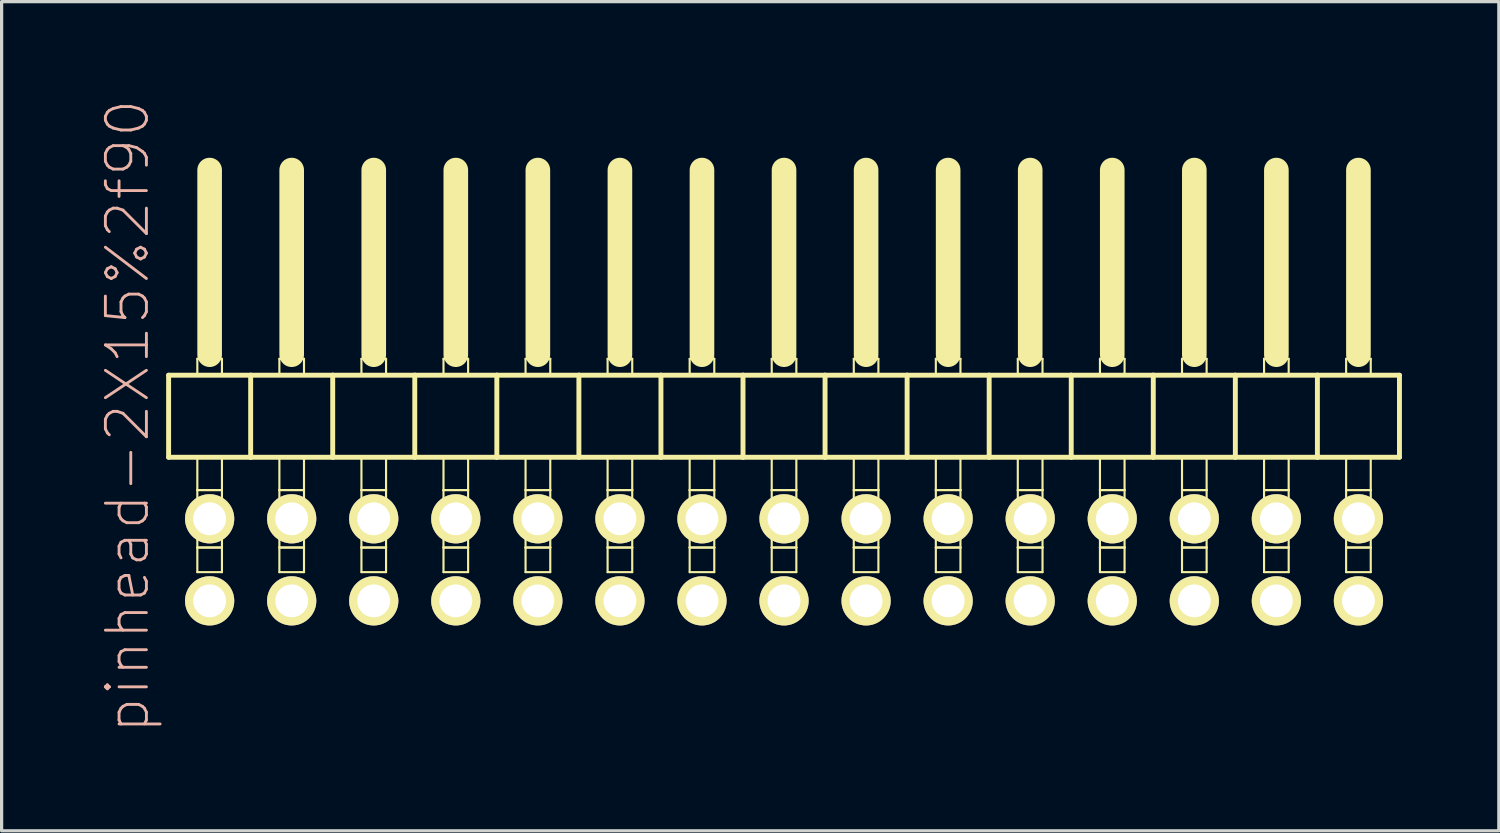
<source format=kicad_pcb>
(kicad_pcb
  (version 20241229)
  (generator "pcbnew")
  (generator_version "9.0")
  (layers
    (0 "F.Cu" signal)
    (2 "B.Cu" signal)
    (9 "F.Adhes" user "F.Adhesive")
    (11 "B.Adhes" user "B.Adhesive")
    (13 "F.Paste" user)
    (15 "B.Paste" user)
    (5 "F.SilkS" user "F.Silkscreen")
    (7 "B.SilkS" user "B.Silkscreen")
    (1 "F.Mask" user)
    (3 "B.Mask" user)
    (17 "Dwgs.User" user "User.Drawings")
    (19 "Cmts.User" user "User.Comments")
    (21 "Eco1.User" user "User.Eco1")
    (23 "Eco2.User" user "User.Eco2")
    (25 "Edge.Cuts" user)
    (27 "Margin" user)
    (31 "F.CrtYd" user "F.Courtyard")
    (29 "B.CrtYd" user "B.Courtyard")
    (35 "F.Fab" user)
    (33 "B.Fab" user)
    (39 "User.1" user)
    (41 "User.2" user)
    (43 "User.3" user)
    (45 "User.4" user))
  (footprint "pinhead-2X15%2f90"
    (layer "F.Cu")
    (at 21.219 9.199)
    (property "Reference" "pinhead-2X15%2f90" (at -20.32 0.635 90) (layer "B.SilkS") (effects (font (size 1.27 1.27) (thickness 0.089))))
    (attr exclude_from_pos_files exclude_from_bom)
    (fp_line (start -19.05 -0.635) (end -19.05 1.905) (stroke (width 0.152) (type solid)) (layer "F.SilkS"))
    (fp_line (start -19.05 1.905) (end -16.51 1.905) (stroke (width 0.152) (type solid)) (layer "F.SilkS"))
    (fp_line (start -18.161 -1.143) (end -17.399 -1.143) (stroke (width 0.066) (type solid)) (layer "F.SilkS"))
    (fp_line (start -18.161 -0.635) (end -18.161 -1.143) (stroke (width 0.066) (type solid)) (layer "F.SilkS"))
    (fp_line (start -18.161 -0.635) (end -17.399 -0.635) (stroke (width 0.066) (type solid)) (layer "F.SilkS"))
    (fp_line (start -18.161 1.905) (end -17.399 1.905) (stroke (width 0.066) (type solid)) (layer "F.SilkS"))
    (fp_line (start -18.161 2.921) (end -18.161 1.905) (stroke (width 0.066) (type solid)) (layer "F.SilkS"))
    (fp_line (start -18.161 2.921) (end -17.399 2.921) (stroke (width 0.066) (type solid)) (layer "F.SilkS"))
    (fp_line (start -18.161 2.921) (end -17.399 2.921) (stroke (width 0.066) (type solid)) (layer "F.SilkS"))
    (fp_line (start -18.161 4.699) (end -18.161 2.921) (stroke (width 0.066) (type solid)) (layer "F.SilkS"))
    (fp_line (start -18.161 4.699) (end -17.399 4.699) (stroke (width 0.066) (type solid)) (layer "F.SilkS"))
    (fp_line (start -18.161 4.699) (end -17.399 4.699) (stroke (width 0.066) (type solid)) (layer "F.SilkS"))
    (fp_line (start -18.161 5.461) (end -18.161 4.699) (stroke (width 0.066) (type solid)) (layer "F.SilkS"))
    (fp_line (start -18.161 5.461) (end -17.399 5.461) (stroke (width 0.066) (type solid)) (layer "F.SilkS"))
    (fp_line (start -17.78 -6.985) (end -17.78 -1.27) (stroke (width 0.762) (type solid)) (layer "F.SilkS"))
    (fp_line (start -17.399 -0.635) (end -17.399 -1.143) (stroke (width 0.066) (type solid)) (layer "F.SilkS"))
    (fp_line (start -17.399 2.921) (end -17.399 1.905) (stroke (width 0.066) (type solid)) (layer "F.SilkS"))
    (fp_line (start -17.399 4.699) (end -17.399 2.921) (stroke (width 0.066) (type solid)) (layer "F.SilkS"))
    (fp_line (start -17.399 5.461) (end -17.399 4.699) (stroke (width 0.066) (type solid)) (layer "F.SilkS"))
    (fp_line (start -16.51 -0.635) (end -19.05 -0.635) (stroke (width 0.152) (type solid)) (layer "F.SilkS"))
    (fp_line (start -16.51 1.905) (end -16.51 -0.635) (stroke (width 0.152) (type solid)) (layer "F.SilkS"))
    (fp_line (start -16.51 1.905) (end -13.97 1.905) (stroke (width 0.152) (type solid)) (layer "F.SilkS"))
    (fp_line (start -15.621 -1.143) (end -14.859 -1.143) (stroke (width 0.066) (type solid)) (layer "F.SilkS"))
    (fp_line (start -15.621 -0.635) (end -15.621 -1.143) (stroke (width 0.066) (type solid)) (layer "F.SilkS"))
    (fp_line (start -15.621 -0.635) (end -14.859 -0.635) (stroke (width 0.066) (type solid)) (layer "F.SilkS"))
    (fp_line (start -15.621 1.905) (end -14.859 1.905) (stroke (width 0.066) (type solid)) (layer "F.SilkS"))
    (fp_line (start -15.621 2.921) (end -15.621 1.905) (stroke (width 0.066) (type solid)) (layer "F.SilkS"))
    (fp_line (start -15.621 2.921) (end -14.859 2.921) (stroke (width 0.066) (type solid)) (layer "F.SilkS"))
    (fp_line (start -15.621 2.921) (end -14.859 2.921) (stroke (width 0.066) (type solid)) (layer "F.SilkS"))
    (fp_line (start -15.621 4.699) (end -15.621 2.921) (stroke (width 0.066) (type solid)) (layer "F.SilkS"))
    (fp_line (start -15.621 4.699) (end -14.859 4.699) (stroke (width 0.066) (type solid)) (layer "F.SilkS"))
    (fp_line (start -15.621 4.699) (end -14.859 4.699) (stroke (width 0.066) (type solid)) (layer "F.SilkS"))
    (fp_line (start -15.621 5.461) (end -15.621 4.699) (stroke (width 0.066) (type solid)) (layer "F.SilkS"))
    (fp_line (start -15.621 5.461) (end -14.859 5.461) (stroke (width 0.066) (type solid)) (layer "F.SilkS"))
    (fp_line (start -15.24 -6.985) (end -15.24 -1.27) (stroke (width 0.762) (type solid)) (layer "F.SilkS"))
    (fp_line (start -14.859 -0.635) (end -14.859 -1.143) (stroke (width 0.066) (type solid)) (layer "F.SilkS"))
    (fp_line (start -14.859 2.921) (end -14.859 1.905) (stroke (width 0.066) (type solid)) (layer "F.SilkS"))
    (fp_line (start -14.859 4.699) (end -14.859 2.921) (stroke (width 0.066) (type solid)) (layer "F.SilkS"))
    (fp_line (start -14.859 5.461) (end -14.859 4.699) (stroke (width 0.066) (type solid)) (layer "F.SilkS"))
    (fp_line (start -13.97 -0.635) (end -16.51 -0.635) (stroke (width 0.152) (type solid)) (layer "F.SilkS"))
    (fp_line (start -13.97 1.905) (end -13.97 -0.635) (stroke (width 0.152) (type solid)) (layer "F.SilkS"))
    (fp_line (start -13.97 1.905) (end -11.43 1.905) (stroke (width 0.152) (type solid)) (layer "F.SilkS"))
    (fp_line (start -13.081 -1.143) (end -12.319 -1.143) (stroke (width 0.066) (type solid)) (layer "F.SilkS"))
    (fp_line (start -13.081 -0.635) (end -13.081 -1.143) (stroke (width 0.066) (type solid)) (layer "F.SilkS"))
    (fp_line (start -13.081 -0.635) (end -12.319 -0.635) (stroke (width 0.066) (type solid)) (layer "F.SilkS"))
    (fp_line (start -13.081 1.905) (end -12.319 1.905) (stroke (width 0.066) (type solid)) (layer "F.SilkS"))
    (fp_line (start -13.081 2.921) (end -13.081 1.905) (stroke (width 0.066) (type solid)) (layer "F.SilkS"))
    (fp_line (start -13.081 2.921) (end -12.319 2.921) (stroke (width 0.066) (type solid)) (layer "F.SilkS"))
    (fp_line (start -13.081 2.921) (end -12.319 2.921) (stroke (width 0.066) (type solid)) (layer "F.SilkS"))
    (fp_line (start -13.081 4.699) (end -13.081 2.921) (stroke (width 0.066) (type solid)) (layer "F.SilkS"))
    (fp_line (start -13.081 4.699) (end -12.319 4.699) (stroke (width 0.066) (type solid)) (layer "F.SilkS"))
    (fp_line (start -13.081 4.699) (end -12.319 4.699) (stroke (width 0.066) (type solid)) (layer "F.SilkS"))
    (fp_line (start -13.081 5.461) (end -13.081 4.699) (stroke (width 0.066) (type solid)) (layer "F.SilkS"))
    (fp_line (start -13.081 5.461) (end -12.319 5.461) (stroke (width 0.066) (type solid)) (layer "F.SilkS"))
    (fp_line (start -12.7 -6.985) (end -12.7 -1.27) (stroke (width 0.762) (type solid)) (layer "F.SilkS"))
    (fp_line (start -12.319 -0.635) (end -12.319 -1.143) (stroke (width 0.066) (type solid)) (layer "F.SilkS"))
    (fp_line (start -12.319 2.921) (end -12.319 1.905) (stroke (width 0.066) (type solid)) (layer "F.SilkS"))
    (fp_line (start -12.319 4.699) (end -12.319 2.921) (stroke (width 0.066) (type solid)) (layer "F.SilkS"))
    (fp_line (start -12.319 5.461) (end -12.319 4.699) (stroke (width 0.066) (type solid)) (layer "F.SilkS"))
    (fp_line (start -11.43 -0.635) (end -13.97 -0.635) (stroke (width 0.152) (type solid)) (layer "F.SilkS"))
    (fp_line (start -11.43 1.905) (end -11.43 -0.635) (stroke (width 0.152) (type solid)) (layer "F.SilkS"))
    (fp_line (start -11.43 1.905) (end -8.89 1.905) (stroke (width 0.152) (type solid)) (layer "F.SilkS"))
    (fp_line (start -10.541 -1.143) (end -9.779 -1.143) (stroke (width 0.066) (type solid)) (layer "F.SilkS"))
    (fp_line (start -10.541 -0.635) (end -10.541 -1.143) (stroke (width 0.066) (type solid)) (layer "F.SilkS"))
    (fp_line (start -10.541 -0.635) (end -9.779 -0.635) (stroke (width 0.066) (type solid)) (layer "F.SilkS"))
    (fp_line (start -10.541 1.905) (end -9.779 1.905) (stroke (width 0.066) (type solid)) (layer "F.SilkS"))
    (fp_line (start -10.541 2.921) (end -10.541 1.905) (stroke (width 0.066) (type solid)) (layer "F.SilkS"))
    (fp_line (start -10.541 2.921) (end -9.779 2.921) (stroke (width 0.066) (type solid)) (layer "F.SilkS"))
    (fp_line (start -10.541 2.921) (end -9.779 2.921) (stroke (width 0.066) (type solid)) (layer "F.SilkS"))
    (fp_line (start -10.541 4.699) (end -10.541 2.921) (stroke (width 0.066) (type solid)) (layer "F.SilkS"))
    (fp_line (start -10.541 4.699) (end -9.779 4.699) (stroke (width 0.066) (type solid)) (layer "F.SilkS"))
    (fp_line (start -10.541 4.699) (end -9.779 4.699) (stroke (width 0.066) (type solid)) (layer "F.SilkS"))
    (fp_line (start -10.541 5.461) (end -10.541 4.699) (stroke (width 0.066) (type solid)) (layer "F.SilkS"))
    (fp_line (start -10.541 5.461) (end -9.779 5.461) (stroke (width 0.066) (type solid)) (layer "F.SilkS"))
    (fp_line (start -10.16 -6.985) (end -10.16 -1.27) (stroke (width 0.762) (type solid)) (layer "F.SilkS"))
    (fp_line (start -9.779 -0.635) (end -9.779 -1.143) (stroke (width 0.066) (type solid)) (layer "F.SilkS"))
    (fp_line (start -9.779 2.921) (end -9.779 1.905) (stroke (width 0.066) (type solid)) (layer "F.SilkS"))
    (fp_line (start -9.779 4.699) (end -9.779 2.921) (stroke (width 0.066) (type solid)) (layer "F.SilkS"))
    (fp_line (start -9.779 5.461) (end -9.779 4.699) (stroke (width 0.066) (type solid)) (layer "F.SilkS"))
    (fp_line (start -8.89 -0.635) (end -11.43 -0.635) (stroke (width 0.152) (type solid)) (layer "F.SilkS"))
    (fp_line (start -8.89 1.905) (end -8.89 -0.635) (stroke (width 0.152) (type solid)) (layer "F.SilkS"))
    (fp_line (start -8.89 1.905) (end -6.35 1.905) (stroke (width 0.152) (type solid)) (layer "F.SilkS"))
    (fp_line (start -8.001 -1.143) (end -7.236 -1.143) (stroke (width 0.066) (type solid)) (layer "F.SilkS"))
    (fp_line (start -8.001 -0.635) (end -8.001 -1.143) (stroke (width 0.066) (type solid)) (layer "F.SilkS"))
    (fp_line (start -8.001 -0.635) (end -7.236 -0.635) (stroke (width 0.066) (type solid)) (layer "F.SilkS"))
    (fp_line (start -8.001 1.905) (end -7.236 1.905) (stroke (width 0.066) (type solid)) (layer "F.SilkS"))
    (fp_line (start -8.001 2.921) (end -8.001 1.905) (stroke (width 0.066) (type solid)) (layer "F.SilkS"))
    (fp_line (start -8.001 2.921) (end -7.236 2.921) (stroke (width 0.066) (type solid)) (layer "F.SilkS"))
    (fp_line (start -8.001 2.921) (end -7.236 2.921) (stroke (width 0.066) (type solid)) (layer "F.SilkS"))
    (fp_line (start -8.001 4.699) (end -8.001 2.921) (stroke (width 0.066) (type solid)) (layer "F.SilkS"))
    (fp_line (start -8.001 4.699) (end -7.236 4.699) (stroke (width 0.066) (type solid)) (layer "F.SilkS"))
    (fp_line (start -8.001 4.699) (end -7.236 4.699) (stroke (width 0.066) (type solid)) (layer "F.SilkS"))
    (fp_line (start -8.001 5.461) (end -8.001 4.699) (stroke (width 0.066) (type solid)) (layer "F.SilkS"))
    (fp_line (start -8.001 5.461) (end -7.236 5.461) (stroke (width 0.066) (type solid)) (layer "F.SilkS"))
    (fp_line (start -7.62 -6.985) (end -7.62 -1.27) (stroke (width 0.762) (type solid)) (layer "F.SilkS"))
    (fp_line (start -7.236 -0.635) (end -7.236 -1.143) (stroke (width 0.066) (type solid)) (layer "F.SilkS"))
    (fp_line (start -7.236 2.921) (end -7.236 1.905) (stroke (width 0.066) (type solid)) (layer "F.SilkS"))
    (fp_line (start -7.236 4.699) (end -7.236 2.921) (stroke (width 0.066) (type solid)) (layer "F.SilkS"))
    (fp_line (start -7.236 5.461) (end -7.236 4.699) (stroke (width 0.066) (type solid)) (layer "F.SilkS"))
    (fp_line (start -6.35 -0.635) (end -8.89 -0.635) (stroke (width 0.152) (type solid)) (layer "F.SilkS"))
    (fp_line (start -6.35 1.905) (end -6.35 -0.635) (stroke (width 0.152) (type solid)) (layer "F.SilkS"))
    (fp_line (start -6.35 1.905) (end -3.81 1.905) (stroke (width 0.152) (type solid)) (layer "F.SilkS"))
    (fp_line (start -5.461 -1.143) (end -4.699 -1.143) (stroke (width 0.066) (type solid)) (layer "F.SilkS"))
    (fp_line (start -5.461 -0.635) (end -5.461 -1.143) (stroke (width 0.066) (type solid)) (layer "F.SilkS"))
    (fp_line (start -5.461 -0.635) (end -4.699 -0.635) (stroke (width 0.066) (type solid)) (layer "F.SilkS"))
    (fp_line (start -5.461 1.905) (end -4.699 1.905) (stroke (width 0.066) (type solid)) (layer "F.SilkS"))
    (fp_line (start -5.461 2.921) (end -5.461 1.905) (stroke (width 0.066) (type solid)) (layer "F.SilkS"))
    (fp_line (start -5.461 2.921) (end -4.699 2.921) (stroke (width 0.066) (type solid)) (layer "F.SilkS"))
    (fp_line (start -5.461 2.921) (end -4.699 2.921) (stroke (width 0.066) (type solid)) (layer "F.SilkS"))
    (fp_line (start -5.461 4.699) (end -5.461 2.921) (stroke (width 0.066) (type solid)) (layer "F.SilkS"))
    (fp_line (start -5.461 4.699) (end -4.699 4.699) (stroke (width 0.066) (type solid)) (layer "F.SilkS"))
    (fp_line (start -5.461 4.699) (end -4.699 4.699) (stroke (width 0.066) (type solid)) (layer "F.SilkS"))
    (fp_line (start -5.461 5.461) (end -5.461 4.699) (stroke (width 0.066) (type solid)) (layer "F.SilkS"))
    (fp_line (start -5.461 5.461) (end -4.699 5.461) (stroke (width 0.066) (type solid)) (layer "F.SilkS"))
    (fp_line (start -5.08 -6.985) (end -5.08 -1.27) (stroke (width 0.762) (type solid)) (layer "F.SilkS"))
    (fp_line (start -4.699 -0.635) (end -4.699 -1.143) (stroke (width 0.066) (type solid)) (layer "F.SilkS"))
    (fp_line (start -4.699 2.921) (end -4.699 1.905) (stroke (width 0.066) (type solid)) (layer "F.SilkS"))
    (fp_line (start -4.699 4.699) (end -4.699 2.921) (stroke (width 0.066) (type solid)) (layer "F.SilkS"))
    (fp_line (start -4.699 5.461) (end -4.699 4.699) (stroke (width 0.066) (type solid)) (layer "F.SilkS"))
    (fp_line (start -3.81 -0.635) (end -6.35 -0.635) (stroke (width 0.152) (type solid)) (layer "F.SilkS"))
    (fp_line (start -3.81 1.905) (end -3.81 -0.635) (stroke (width 0.152) (type solid)) (layer "F.SilkS"))
    (fp_line (start -3.81 1.905) (end -1.27 1.905) (stroke (width 0.152) (type solid)) (layer "F.SilkS"))
    (fp_line (start -2.921 -1.143) (end -2.159 -1.143) (stroke (width 0.066) (type solid)) (layer "F.SilkS"))
    (fp_line (start -2.921 -0.635) (end -2.921 -1.143) (stroke (width 0.066) (type solid)) (layer "F.SilkS"))
    (fp_line (start -2.921 -0.635) (end -2.159 -0.635) (stroke (width 0.066) (type solid)) (layer "F.SilkS"))
    (fp_line (start -2.921 1.905) (end -2.159 1.905) (stroke (width 0.066) (type solid)) (layer "F.SilkS"))
    (fp_line (start -2.921 2.921) (end -2.921 1.905) (stroke (width 0.066) (type solid)) (layer "F.SilkS"))
    (fp_line (start -2.921 2.921) (end -2.159 2.921) (stroke (width 0.066) (type solid)) (layer "F.SilkS"))
    (fp_line (start -2.921 2.921) (end -2.159 2.921) (stroke (width 0.066) (type solid)) (layer "F.SilkS"))
    (fp_line (start -2.921 4.699) (end -2.921 2.921) (stroke (width 0.066) (type solid)) (layer "F.SilkS"))
    (fp_line (start -2.921 4.699) (end -2.159 4.699) (stroke (width 0.066) (type solid)) (layer "F.SilkS"))
    (fp_line (start -2.921 4.699) (end -2.159 4.699) (stroke (width 0.066) (type solid)) (layer "F.SilkS"))
    (fp_line (start -2.921 5.461) (end -2.921 4.699) (stroke (width 0.066) (type solid)) (layer "F.SilkS"))
    (fp_line (start -2.921 5.461) (end -2.159 5.461) (stroke (width 0.066) (type solid)) (layer "F.SilkS"))
    (fp_line (start -2.54 -6.985) (end -2.54 -1.27) (stroke (width 0.762) (type solid)) (layer "F.SilkS"))
    (fp_line (start -2.159 -0.635) (end -2.159 -1.143) (stroke (width 0.066) (type solid)) (layer "F.SilkS"))
    (fp_line (start -2.159 2.921) (end -2.159 1.905) (stroke (width 0.066) (type solid)) (layer "F.SilkS"))
    (fp_line (start -2.159 4.699) (end -2.159 2.921) (stroke (width 0.066) (type solid)) (layer "F.SilkS"))
    (fp_line (start -2.159 5.461) (end -2.159 4.699) (stroke (width 0.066) (type solid)) (layer "F.SilkS"))
    (fp_line (start -1.27 -0.635) (end -3.81 -0.635) (stroke (width 0.152) (type solid)) (layer "F.SilkS"))
    (fp_line (start -1.27 1.905) (end -1.27 -0.635) (stroke (width 0.152) (type solid)) (layer "F.SilkS"))
    (fp_line (start -1.27 1.905) (end 1.27 1.905) (stroke (width 0.152) (type solid)) (layer "F.SilkS"))
    (fp_line (start -0.381 -1.143) (end 0.381 -1.143) (stroke (width 0.066) (type solid)) (layer "F.SilkS"))
    (fp_line (start -0.381 -0.635) (end -0.381 -1.143) (stroke (width 0.066) (type solid)) (layer "F.SilkS"))
    (fp_line (start -0.381 -0.635) (end 0.381 -0.635) (stroke (width 0.066) (type solid)) (layer "F.SilkS"))
    (fp_line (start -0.381 1.905) (end 0.381 1.905) (stroke (width 0.066) (type solid)) (layer "F.SilkS"))
    (fp_line (start -0.381 2.921) (end -0.381 1.905) (stroke (width 0.066) (type solid)) (layer "F.SilkS"))
    (fp_line (start -0.381 2.921) (end 0.381 2.921) (stroke (width 0.066) (type solid)) (layer "F.SilkS"))
    (fp_line (start -0.381 2.921) (end 0.381 2.921) (stroke (width 0.066) (type solid)) (layer "F.SilkS"))
    (fp_line (start -0.381 4.699) (end -0.381 2.921) (stroke (width 0.066) (type solid)) (layer "F.SilkS"))
    (fp_line (start -0.381 4.699) (end 0.381 4.699) (stroke (width 0.066) (type solid)) (layer "F.SilkS"))
    (fp_line (start -0.381 4.699) (end 0.381 4.699) (stroke (width 0.066) (type solid)) (layer "F.SilkS"))
    (fp_line (start -0.381 5.461) (end -0.381 4.699) (stroke (width 0.066) (type solid)) (layer "F.SilkS"))
    (fp_line (start -0.381 5.461) (end 0.381 5.461) (stroke (width 0.066) (type solid)) (layer "F.SilkS"))
    (fp_line (start 0 -6.985) (end 0 -1.27) (stroke (width 0.762) (type solid)) (layer "F.SilkS"))
    (fp_line (start 0.381 -0.635) (end 0.381 -1.143) (stroke (width 0.066) (type solid)) (layer "F.SilkS"))
    (fp_line (start 0.381 2.921) (end 0.381 1.905) (stroke (width 0.066) (type solid)) (layer "F.SilkS"))
    (fp_line (start 0.381 4.699) (end 0.381 2.921) (stroke (width 0.066) (type solid)) (layer "F.SilkS"))
    (fp_line (start 0.381 5.461) (end 0.381 4.699) (stroke (width 0.066) (type solid)) (layer "F.SilkS"))
    (fp_line (start 1.27 -0.635) (end -1.27 -0.635) (stroke (width 0.152) (type solid)) (layer "F.SilkS"))
    (fp_line (start 1.27 1.905) (end 1.27 -0.635) (stroke (width 0.152) (type solid)) (layer "F.SilkS"))
    (fp_line (start 1.27 1.905) (end 3.81 1.905) (stroke (width 0.152) (type solid)) (layer "F.SilkS"))
    (fp_line (start 2.159 -1.143) (end 2.921 -1.143) (stroke (width 0.066) (type solid)) (layer "F.SilkS"))
    (fp_line (start 2.159 -0.635) (end 2.159 -1.143) (stroke (width 0.066) (type solid)) (layer "F.SilkS"))
    (fp_line (start 2.159 -0.635) (end 2.921 -0.635) (stroke (width 0.066) (type solid)) (layer "F.SilkS"))
    (fp_line (start 2.159 1.905) (end 2.921 1.905) (stroke (width 0.066) (type solid)) (layer "F.SilkS"))
    (fp_line (start 2.159 2.921) (end 2.159 1.905) (stroke (width 0.066) (type solid)) (layer "F.SilkS"))
    (fp_line (start 2.159 2.921) (end 2.921 2.921) (stroke (width 0.066) (type solid)) (layer "F.SilkS"))
    (fp_line (start 2.159 2.921) (end 2.921 2.921) (stroke (width 0.066) (type solid)) (layer "F.SilkS"))
    (fp_line (start 2.159 4.699) (end 2.159 2.921) (stroke (width 0.066) (type solid)) (layer "F.SilkS"))
    (fp_line (start 2.159 4.699) (end 2.921 4.699) (stroke (width 0.066) (type solid)) (layer "F.SilkS"))
    (fp_line (start 2.159 4.699) (end 2.921 4.699) (stroke (width 0.066) (type solid)) (layer "F.SilkS"))
    (fp_line (start 2.159 5.461) (end 2.159 4.699) (stroke (width 0.066) (type solid)) (layer "F.SilkS"))
    (fp_line (start 2.159 5.461) (end 2.921 5.461) (stroke (width 0.066) (type solid)) (layer "F.SilkS"))
    (fp_line (start 2.54 -6.985) (end 2.54 -1.27) (stroke (width 0.762) (type solid)) (layer "F.SilkS"))
    (fp_line (start 2.921 -0.635) (end 2.921 -1.143) (stroke (width 0.066) (type solid)) (layer "F.SilkS"))
    (fp_line (start 2.921 2.921) (end 2.921 1.905) (stroke (width 0.066) (type solid)) (layer "F.SilkS"))
    (fp_line (start 2.921 4.699) (end 2.921 2.921) (stroke (width 0.066) (type solid)) (layer "F.SilkS"))
    (fp_line (start 2.921 5.461) (end 2.921 4.699) (stroke (width 0.066) (type solid)) (layer "F.SilkS"))
    (fp_line (start 3.81 -0.635) (end 1.27 -0.635) (stroke (width 0.152) (type solid)) (layer "F.SilkS"))
    (fp_line (start 3.81 1.905) (end 3.81 -0.635) (stroke (width 0.152) (type solid)) (layer "F.SilkS"))
    (fp_line (start 3.81 1.905) (end 6.35 1.905) (stroke (width 0.152) (type solid)) (layer "F.SilkS"))
    (fp_line (start 4.699 -1.143) (end 5.461 -1.143) (stroke (width 0.066) (type solid)) (layer "F.SilkS"))
    (fp_line (start 4.699 -0.635) (end 4.699 -1.143) (stroke (width 0.066) (type solid)) (layer "F.SilkS"))
    (fp_line (start 4.699 -0.635) (end 5.461 -0.635) (stroke (width 0.066) (type solid)) (layer "F.SilkS"))
    (fp_line (start 4.699 1.905) (end 5.461 1.905) (stroke (width 0.066) (type solid)) (layer "F.SilkS"))
    (fp_line (start 4.699 2.921) (end 4.699 1.905) (stroke (width 0.066) (type solid)) (layer "F.SilkS"))
    (fp_line (start 4.699 2.921) (end 5.461 2.921) (stroke (width 0.066) (type solid)) (layer "F.SilkS"))
    (fp_line (start 4.699 2.921) (end 5.461 2.921) (stroke (width 0.066) (type solid)) (layer "F.SilkS"))
    (fp_line (start 4.699 4.699) (end 4.699 2.921) (stroke (width 0.066) (type solid)) (layer "F.SilkS"))
    (fp_line (start 4.699 4.699) (end 5.461 4.699) (stroke (width 0.066) (type solid)) (layer "F.SilkS"))
    (fp_line (start 4.699 4.699) (end 5.461 4.699) (stroke (width 0.066) (type solid)) (layer "F.SilkS"))
    (fp_line (start 4.699 5.461) (end 4.699 4.699) (stroke (width 0.066) (type solid)) (layer "F.SilkS"))
    (fp_line (start 4.699 5.461) (end 5.461 5.461) (stroke (width 0.066) (type solid)) (layer "F.SilkS"))
    (fp_line (start 5.08 -6.985) (end 5.08 -1.27) (stroke (width 0.762) (type solid)) (layer "F.SilkS"))
    (fp_line (start 5.461 -0.635) (end 5.461 -1.143) (stroke (width 0.066) (type solid)) (layer "F.SilkS"))
    (fp_line (start 5.461 2.921) (end 5.461 1.905) (stroke (width 0.066) (type solid)) (layer "F.SilkS"))
    (fp_line (start 5.461 4.699) (end 5.461 2.921) (stroke (width 0.066) (type solid)) (layer "F.SilkS"))
    (fp_line (start 5.461 5.461) (end 5.461 4.699) (stroke (width 0.066) (type solid)) (layer "F.SilkS"))
    (fp_line (start 6.35 -0.635) (end 3.81 -0.635) (stroke (width 0.152) (type solid)) (layer "F.SilkS"))
    (fp_line (start 6.35 1.905) (end 6.35 -0.635) (stroke (width 0.152) (type solid)) (layer "F.SilkS"))
    (fp_line (start 6.35 1.905) (end 8.89 1.905) (stroke (width 0.152) (type solid)) (layer "F.SilkS"))
    (fp_line (start 7.236 -1.143) (end 8.001 -1.143) (stroke (width 0.066) (type solid)) (layer "F.SilkS"))
    (fp_line (start 7.236 -0.635) (end 7.236 -1.143) (stroke (width 0.066) (type solid)) (layer "F.SilkS"))
    (fp_line (start 7.236 -0.635) (end 8.001 -0.635) (stroke (width 0.066) (type solid)) (layer "F.SilkS"))
    (fp_line (start 7.236 1.905) (end 8.001 1.905) (stroke (width 0.066) (type solid)) (layer "F.SilkS"))
    (fp_line (start 7.236 2.921) (end 7.236 1.905) (stroke (width 0.066) (type solid)) (layer "F.SilkS"))
    (fp_line (start 7.236 2.921) (end 8.001 2.921) (stroke (width 0.066) (type solid)) (layer "F.SilkS"))
    (fp_line (start 7.236 2.921) (end 8.001 2.921) (stroke (width 0.066) (type solid)) (layer "F.SilkS"))
    (fp_line (start 7.236 4.699) (end 7.236 2.921) (stroke (width 0.066) (type solid)) (layer "F.SilkS"))
    (fp_line (start 7.236 4.699) (end 8.001 4.699) (stroke (width 0.066) (type solid)) (layer "F.SilkS"))
    (fp_line (start 7.236 4.699) (end 8.001 4.699) (stroke (width 0.066) (type solid)) (layer "F.SilkS"))
    (fp_line (start 7.236 5.461) (end 7.236 4.699) (stroke (width 0.066) (type solid)) (layer "F.SilkS"))
    (fp_line (start 7.236 5.461) (end 8.001 5.461) (stroke (width 0.066) (type solid)) (layer "F.SilkS"))
    (fp_line (start 7.62 -6.985) (end 7.62 -1.27) (stroke (width 0.762) (type solid)) (layer "F.SilkS"))
    (fp_line (start 8.001 -0.635) (end 8.001 -1.143) (stroke (width 0.066) (type solid)) (layer "F.SilkS"))
    (fp_line (start 8.001 2.921) (end 8.001 1.905) (stroke (width 0.066) (type solid)) (layer "F.SilkS"))
    (fp_line (start 8.001 4.699) (end 8.001 2.921) (stroke (width 0.066) (type solid)) (layer "F.SilkS"))
    (fp_line (start 8.001 5.461) (end 8.001 4.699) (stroke (width 0.066) (type solid)) (layer "F.SilkS"))
    (fp_line (start 8.89 -0.635) (end 6.35 -0.635) (stroke (width 0.152) (type solid)) (layer "F.SilkS"))
    (fp_line (start 8.89 1.905) (end 8.89 -0.635) (stroke (width 0.152) (type solid)) (layer "F.SilkS"))
    (fp_line (start 8.89 1.905) (end 11.43 1.905) (stroke (width 0.152) (type solid)) (layer "F.SilkS"))
    (fp_line (start 9.779 -1.143) (end 10.541 -1.143) (stroke (width 0.066) (type solid)) (layer "F.SilkS"))
    (fp_line (start 9.779 -0.635) (end 9.779 -1.143) (stroke (width 0.066) (type solid)) (layer "F.SilkS"))
    (fp_line (start 9.779 -0.635) (end 10.541 -0.635) (stroke (width 0.066) (type solid)) (layer "F.SilkS"))
    (fp_line (start 9.779 1.905) (end 10.541 1.905) (stroke (width 0.066) (type solid)) (layer "F.SilkS"))
    (fp_line (start 9.779 2.921) (end 9.779 1.905) (stroke (width 0.066) (type solid)) (layer "F.SilkS"))
    (fp_line (start 9.779 2.921) (end 10.541 2.921) (stroke (width 0.066) (type solid)) (layer "F.SilkS"))
    (fp_line (start 9.779 2.921) (end 10.541 2.921) (stroke (width 0.066) (type solid)) (layer "F.SilkS"))
    (fp_line (start 9.779 4.699) (end 9.779 2.921) (stroke (width 0.066) (type solid)) (layer "F.SilkS"))
    (fp_line (start 9.779 4.699) (end 10.541 4.699) (stroke (width 0.066) (type solid)) (layer "F.SilkS"))
    (fp_line (start 9.779 4.699) (end 10.541 4.699) (stroke (width 0.066) (type solid)) (layer "F.SilkS"))
    (fp_line (start 9.779 5.461) (end 9.779 4.699) (stroke (width 0.066) (type solid)) (layer "F.SilkS"))
    (fp_line (start 9.779 5.461) (end 10.541 5.461) (stroke (width 0.066) (type solid)) (layer "F.SilkS"))
    (fp_line (start 10.16 -6.985) (end 10.16 -1.27) (stroke (width 0.762) (type solid)) (layer "F.SilkS"))
    (fp_line (start 10.541 -0.635) (end 10.541 -1.143) (stroke (width 0.066) (type solid)) (layer "F.SilkS"))
    (fp_line (start 10.541 2.921) (end 10.541 1.905) (stroke (width 0.066) (type solid)) (layer "F.SilkS"))
    (fp_line (start 10.541 4.699) (end 10.541 2.921) (stroke (width 0.066) (type solid)) (layer "F.SilkS"))
    (fp_line (start 10.541 5.461) (end 10.541 4.699) (stroke (width 0.066) (type solid)) (layer "F.SilkS"))
    (fp_line (start 11.43 -0.635) (end 8.89 -0.635) (stroke (width 0.152) (type solid)) (layer "F.SilkS"))
    (fp_line (start 11.43 1.905) (end 11.43 -0.635) (stroke (width 0.152) (type solid)) (layer "F.SilkS"))
    (fp_line (start 11.43 1.905) (end 13.97 1.905) (stroke (width 0.152) (type solid)) (layer "F.SilkS"))
    (fp_line (start 12.319 -1.143) (end 13.081 -1.143) (stroke (width 0.066) (type solid)) (layer "F.SilkS"))
    (fp_line (start 12.319 -0.635) (end 12.319 -1.143) (stroke (width 0.066) (type solid)) (layer "F.SilkS"))
    (fp_line (start 12.319 -0.635) (end 13.081 -0.635) (stroke (width 0.066) (type solid)) (layer "F.SilkS"))
    (fp_line (start 12.319 1.905) (end 13.081 1.905) (stroke (width 0.066) (type solid)) (layer "F.SilkS"))
    (fp_line (start 12.319 2.921) (end 12.319 1.905) (stroke (width 0.066) (type solid)) (layer "F.SilkS"))
    (fp_line (start 12.319 2.921) (end 13.081 2.921) (stroke (width 0.066) (type solid)) (layer "F.SilkS"))
    (fp_line (start 12.319 2.921) (end 13.081 2.921) (stroke (width 0.066) (type solid)) (layer "F.SilkS"))
    (fp_line (start 12.319 4.699) (end 12.319 2.921) (stroke (width 0.066) (type solid)) (layer "F.SilkS"))
    (fp_line (start 12.319 4.699) (end 13.081 4.699) (stroke (width 0.066) (type solid)) (layer "F.SilkS"))
    (fp_line (start 12.319 4.699) (end 13.081 4.699) (stroke (width 0.066) (type solid)) (layer "F.SilkS"))
    (fp_line (start 12.319 5.461) (end 12.319 4.699) (stroke (width 0.066) (type solid)) (layer "F.SilkS"))
    (fp_line (start 12.319 5.461) (end 13.081 5.461) (stroke (width 0.066) (type solid)) (layer "F.SilkS"))
    (fp_line (start 12.7 -6.985) (end 12.7 -1.27) (stroke (width 0.762) (type solid)) (layer "F.SilkS"))
    (fp_line (start 13.081 -0.635) (end 13.081 -1.143) (stroke (width 0.066) (type solid)) (layer "F.SilkS"))
    (fp_line (start 13.081 2.921) (end 13.081 1.905) (stroke (width 0.066) (type solid)) (layer "F.SilkS"))
    (fp_line (start 13.081 4.699) (end 13.081 2.921) (stroke (width 0.066) (type solid)) (layer "F.SilkS"))
    (fp_line (start 13.081 5.461) (end 13.081 4.699) (stroke (width 0.066) (type solid)) (layer "F.SilkS"))
    (fp_line (start 13.97 -0.635) (end 11.43 -0.635) (stroke (width 0.152) (type solid)) (layer "F.SilkS"))
    (fp_line (start 13.97 1.905) (end 13.97 -0.635) (stroke (width 0.152) (type solid)) (layer "F.SilkS"))
    (fp_line (start 13.97 1.905) (end 16.51 1.905) (stroke (width 0.152) (type solid)) (layer "F.SilkS"))
    (fp_line (start 14.859 -1.143) (end 15.621 -1.143) (stroke (width 0.066) (type solid)) (layer "F.SilkS"))
    (fp_line (start 14.859 -0.635) (end 14.859 -1.143) (stroke (width 0.066) (type solid)) (layer "F.SilkS"))
    (fp_line (start 14.859 -0.635) (end 15.621 -0.635) (stroke (width 0.066) (type solid)) (layer "F.SilkS"))
    (fp_line (start 14.859 1.905) (end 15.621 1.905) (stroke (width 0.066) (type solid)) (layer "F.SilkS"))
    (fp_line (start 14.859 2.921) (end 14.859 1.905) (stroke (width 0.066) (type solid)) (layer "F.SilkS"))
    (fp_line (start 14.859 2.921) (end 15.621 2.921) (stroke (width 0.066) (type solid)) (layer "F.SilkS"))
    (fp_line (start 14.859 2.921) (end 15.621 2.921) (stroke (width 0.066) (type solid)) (layer "F.SilkS"))
    (fp_line (start 14.859 4.699) (end 14.859 2.921) (stroke (width 0.066) (type solid)) (layer "F.SilkS"))
    (fp_line (start 14.859 4.699) (end 15.621 4.699) (stroke (width 0.066) (type solid)) (layer "F.SilkS"))
    (fp_line (start 14.859 4.699) (end 15.621 4.699) (stroke (width 0.066) (type solid)) (layer "F.SilkS"))
    (fp_line (start 14.859 5.461) (end 14.859 4.699) (stroke (width 0.066) (type solid)) (layer "F.SilkS"))
    (fp_line (start 14.859 5.461) (end 15.621 5.461) (stroke (width 0.066) (type solid)) (layer "F.SilkS"))
    (fp_line (start 15.24 -6.985) (end 15.24 -1.27) (stroke (width 0.762) (type solid)) (layer "F.SilkS"))
    (fp_line (start 15.621 -0.635) (end 15.621 -1.143) (stroke (width 0.066) (type solid)) (layer "F.SilkS"))
    (fp_line (start 15.621 2.921) (end 15.621 1.905) (stroke (width 0.066) (type solid)) (layer "F.SilkS"))
    (fp_line (start 15.621 4.699) (end 15.621 2.921) (stroke (width 0.066) (type solid)) (layer "F.SilkS"))
    (fp_line (start 15.621 5.461) (end 15.621 4.699) (stroke (width 0.066) (type solid)) (layer "F.SilkS"))
    (fp_line (start 16.51 -0.635) (end 13.97 -0.635) (stroke (width 0.152) (type solid)) (layer "F.SilkS"))
    (fp_line (start 16.51 1.905) (end 16.51 -0.635) (stroke (width 0.152) (type solid)) (layer "F.SilkS"))
    (fp_line (start 16.51 1.905) (end 19.05 1.905) (stroke (width 0.152) (type solid)) (layer "F.SilkS"))
    (fp_line (start 17.399 -1.143) (end 18.161 -1.143) (stroke (width 0.066) (type solid)) (layer "F.SilkS"))
    (fp_line (start 17.399 -0.635) (end 17.399 -1.143) (stroke (width 0.066) (type solid)) (layer "F.SilkS"))
    (fp_line (start 17.399 -0.635) (end 18.161 -0.635) (stroke (width 0.066) (type solid)) (layer "F.SilkS"))
    (fp_line (start 17.399 1.905) (end 18.161 1.905) (stroke (width 0.066) (type solid)) (layer "F.SilkS"))
    (fp_line (start 17.399 2.921) (end 17.399 1.905) (stroke (width 0.066) (type solid)) (layer "F.SilkS"))
    (fp_line (start 17.399 2.921) (end 18.161 2.921) (stroke (width 0.066) (type solid)) (layer "F.SilkS"))
    (fp_line (start 17.399 2.921) (end 18.161 2.921) (stroke (width 0.066) (type solid)) (layer "F.SilkS"))
    (fp_line (start 17.399 4.699) (end 17.399 2.921) (stroke (width 0.066) (type solid)) (layer "F.SilkS"))
    (fp_line (start 17.399 4.699) (end 18.161 4.699) (stroke (width 0.066) (type solid)) (layer "F.SilkS"))
    (fp_line (start 17.399 4.699) (end 18.161 4.699) (stroke (width 0.066) (type solid)) (layer "F.SilkS"))
    (fp_line (start 17.399 5.461) (end 17.399 4.699) (stroke (width 0.066) (type solid)) (layer "F.SilkS"))
    (fp_line (start 17.399 5.461) (end 18.161 5.461) (stroke (width 0.066) (type solid)) (layer "F.SilkS"))
    (fp_line (start 17.78 -6.985) (end 17.78 -1.27) (stroke (width 0.762) (type solid)) (layer "F.SilkS"))
    (fp_line (start 18.161 -0.635) (end 18.161 -1.143) (stroke (width 0.066) (type solid)) (layer "F.SilkS"))
    (fp_line (start 18.161 2.921) (end 18.161 1.905) (stroke (width 0.066) (type solid)) (layer "F.SilkS"))
    (fp_line (start 18.161 4.699) (end 18.161 2.921) (stroke (width 0.066) (type solid)) (layer "F.SilkS"))
    (fp_line (start 18.161 5.461) (end 18.161 4.699) (stroke (width 0.066) (type solid)) (layer "F.SilkS"))
    (fp_line (start 19.05 -0.635) (end 16.51 -0.635) (stroke (width 0.152) (type solid)) (layer "F.SilkS"))
    (fp_line (start 19.05 1.905) (end 19.05 -0.635) (stroke (width 0.152) (type solid)) (layer "F.SilkS"))
    (pad "1" thru_hole circle (at -17.78 6.35) (size 1.524 1.524) (drill 1.016) (layers "*.Cu" "F.Mask" "F.SilkS" "F.Paste"))
    (pad "2" thru_hole circle (at -17.78 3.81) (size 1.524 1.524) (drill 1.016) (layers "*.Cu" "F.Mask" "F.SilkS" "F.Paste"))
    (pad "3" thru_hole circle (at -15.24 6.35) (size 1.524 1.524) (drill 1.016) (layers "*.Cu" "F.Mask" "F.SilkS" "F.Paste"))
    (pad "4" thru_hole circle (at -15.24 3.81) (size 1.524 1.524) (drill 1.016) (layers "*.Cu" "F.Mask" "F.SilkS" "F.Paste"))
    (pad "5" thru_hole circle (at -12.7 6.35) (size 1.524 1.524) (drill 1.016) (layers "*.Cu" "F.Mask" "F.SilkS" "F.Paste"))
    (pad "6" thru_hole circle (at -12.7 3.81) (size 1.524 1.524) (drill 1.016) (layers "*.Cu" "F.Mask" "F.SilkS" "F.Paste"))
    (pad "7" thru_hole circle (at -10.16 6.35) (size 1.524 1.524) (drill 1.016) (layers "*.Cu" "F.Mask" "F.SilkS" "F.Paste"))
    (pad "8" thru_hole circle (at -10.16 3.81) (size 1.524 1.524) (drill 1.016) (layers "*.Cu" "F.Mask" "F.SilkS" "F.Paste"))
    (pad "9" thru_hole circle (at -7.62 6.35) (size 1.524 1.524) (drill 1.016) (layers "*.Cu" "F.Mask" "F.SilkS" "F.Paste"))
    (pad "10" thru_hole circle (at -7.62 3.81) (size 1.524 1.524) (drill 1.016) (layers "*.Cu" "F.Mask" "F.SilkS" "F.Paste"))
    (pad "11" thru_hole circle (at -5.08 6.35) (size 1.524 1.524) (drill 1.016) (layers "*.Cu" "F.Mask" "F.SilkS" "F.Paste"))
    (pad "12" thru_hole circle (at -5.08 3.81) (size 1.524 1.524) (drill 1.016) (layers "*.Cu" "F.Mask" "F.SilkS" "F.Paste"))
    (pad "13" thru_hole circle (at -2.54 6.35) (size 1.524 1.524) (drill 1.016) (layers "*.Cu" "F.Mask" "F.SilkS" "F.Paste"))
    (pad "14" thru_hole circle (at -2.54 3.81) (size 1.524 1.524) (drill 1.016) (layers "*.Cu" "F.Mask" "F.SilkS" "F.Paste"))
    (pad "15" thru_hole circle (at 0 6.35) (size 1.524 1.524) (drill 1.016) (layers "*.Cu" "F.Mask" "F.SilkS" "F.Paste"))
    (pad "16" thru_hole circle (at 0 3.81) (size 1.524 1.524) (drill 1.016) (layers "*.Cu" "F.Mask" "F.SilkS" "F.Paste"))
    (pad "17" thru_hole circle (at 2.54 6.35) (size 1.524 1.524) (drill 1.016) (layers "*.Cu" "F.Mask" "F.SilkS" "F.Paste"))
    (pad "18" thru_hole circle (at 2.54 3.81) (size 1.524 1.524) (drill 1.016) (layers "*.Cu" "F.Mask" "F.SilkS" "F.Paste"))
    (pad "19" thru_hole circle (at 5.08 6.35) (size 1.524 1.524) (drill 1.016) (layers "*.Cu" "F.Mask" "F.SilkS" "F.Paste"))
    (pad "20" thru_hole circle (at 5.08 3.81) (size 1.524 1.524) (drill 1.016) (layers "*.Cu" "F.Mask" "F.SilkS" "F.Paste"))
    (pad "21" thru_hole circle (at 7.62 6.35) (size 1.524 1.524) (drill 1.016) (layers "*.Cu" "F.Mask" "F.SilkS" "F.Paste"))
    (pad "22" thru_hole circle (at 7.62 3.81) (size 1.524 1.524) (drill 1.016) (layers "*.Cu" "F.Mask" "F.SilkS" "F.Paste"))
    (pad "23" thru_hole circle (at 10.16 6.35) (size 1.524 1.524) (drill 1.016) (layers "*.Cu" "F.Mask" "F.SilkS" "F.Paste"))
    (pad "24" thru_hole circle (at 10.16 3.81) (size 1.524 1.524) (drill 1.016) (layers "*.Cu" "F.Mask" "F.SilkS" "F.Paste"))
    (pad "25" thru_hole circle (at 12.7 6.35) (size 1.524 1.524) (drill 1.016) (layers "*.Cu" "F.Mask" "F.SilkS" "F.Paste"))
    (pad "26" thru_hole circle (at 12.7 3.81) (size 1.524 1.524) (drill 1.016) (layers "*.Cu" "F.Mask" "F.SilkS" "F.Paste"))
    (pad "27" thru_hole circle (at 15.24 6.35) (size 1.524 1.524) (drill 1.016) (layers "*.Cu" "F.Mask" "F.SilkS" "F.Paste"))
    (pad "28" thru_hole circle (at 15.24 3.81) (size 1.524 1.524) (drill 1.016) (layers "*.Cu" "F.Mask" "F.SilkS" "F.Paste"))
    (pad "29" thru_hole circle (at 17.78 6.35) (size 1.524 1.524) (drill 1.016) (layers "*.Cu" "F.Mask" "F.SilkS" "F.Paste"))
    (pad "30" thru_hole circle (at 17.78 3.81) (size 1.524 1.524) (drill 1.016) (layers "*.Cu" "F.Mask" "F.SilkS" "F.Paste")))
  (gr_rect
    (start -3 -3)
    (end 43.345 22.667)
    (stroke (width 0.1) (type default))
    (fill no)
    (layer "Edge.Cuts")))
</source>
